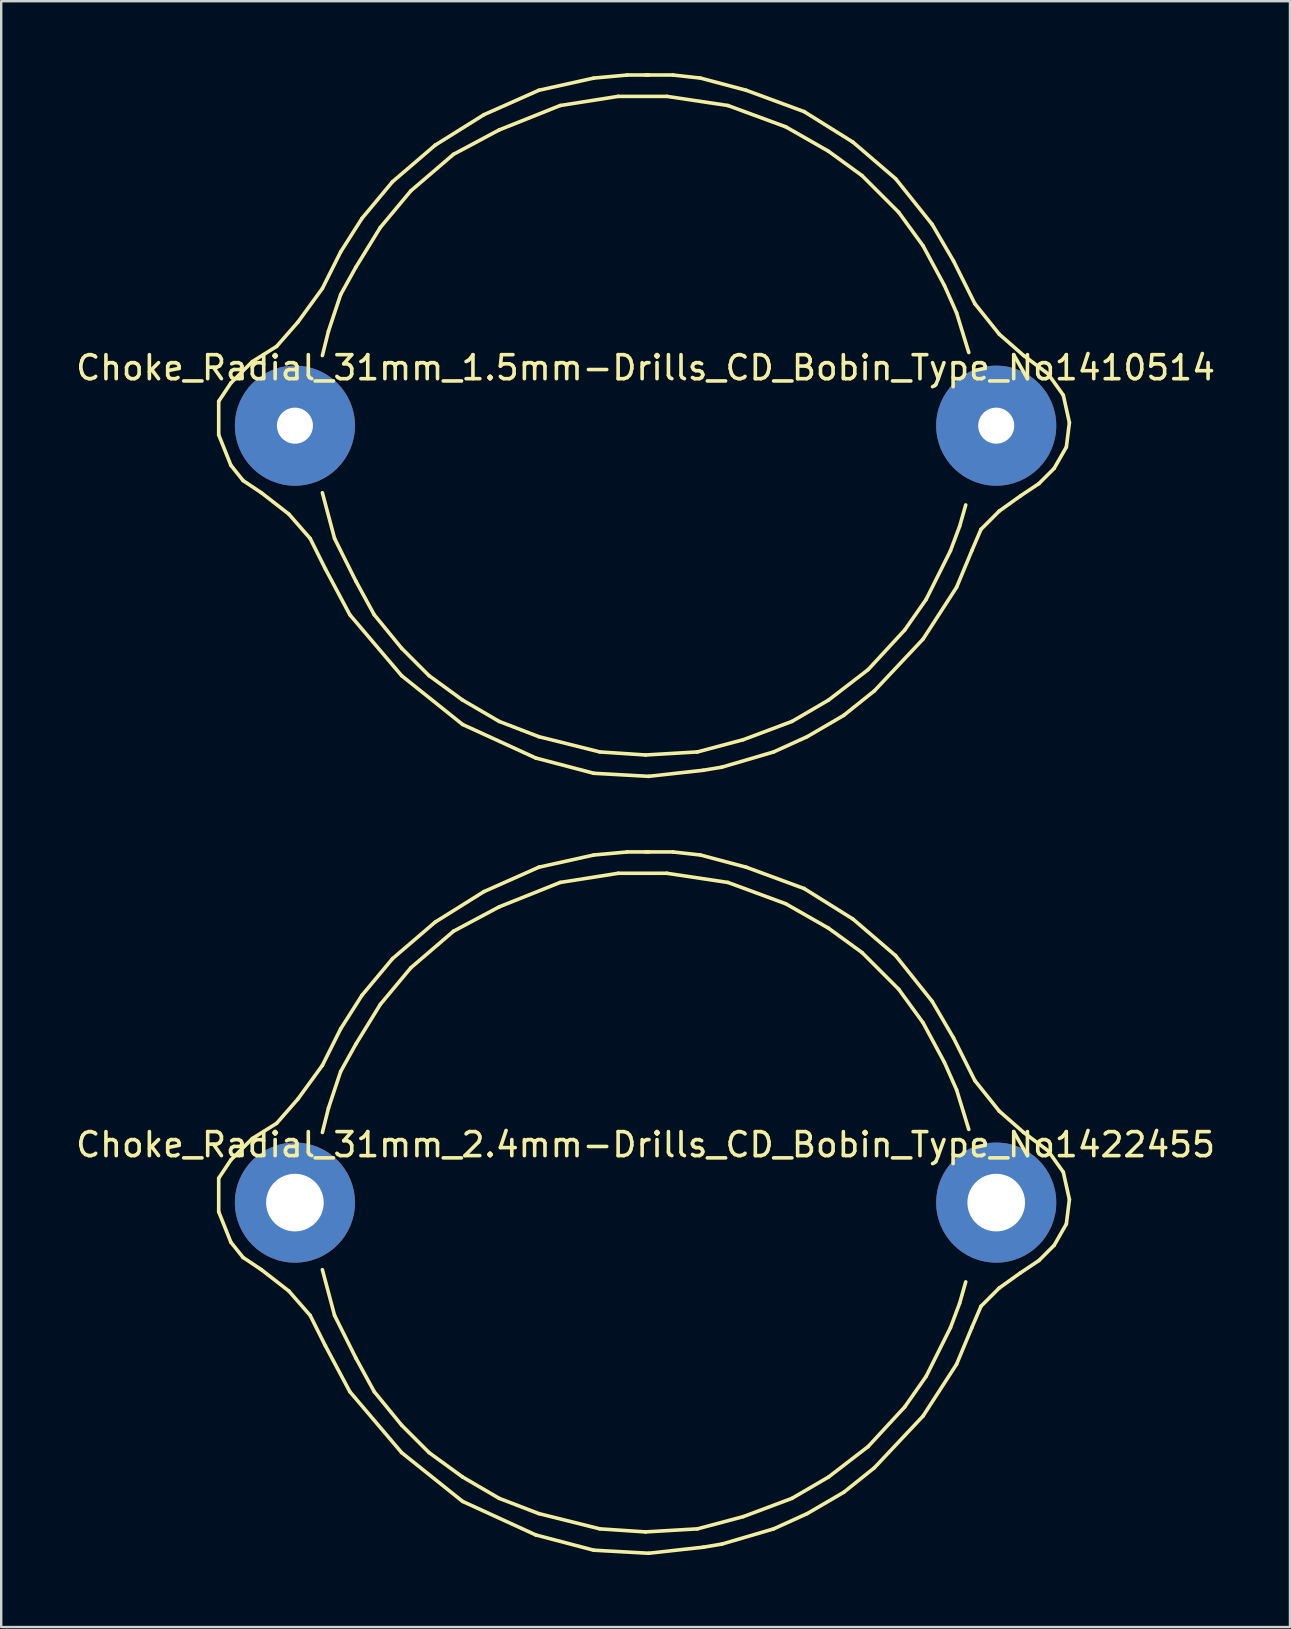
<source format=kicad_pcb>
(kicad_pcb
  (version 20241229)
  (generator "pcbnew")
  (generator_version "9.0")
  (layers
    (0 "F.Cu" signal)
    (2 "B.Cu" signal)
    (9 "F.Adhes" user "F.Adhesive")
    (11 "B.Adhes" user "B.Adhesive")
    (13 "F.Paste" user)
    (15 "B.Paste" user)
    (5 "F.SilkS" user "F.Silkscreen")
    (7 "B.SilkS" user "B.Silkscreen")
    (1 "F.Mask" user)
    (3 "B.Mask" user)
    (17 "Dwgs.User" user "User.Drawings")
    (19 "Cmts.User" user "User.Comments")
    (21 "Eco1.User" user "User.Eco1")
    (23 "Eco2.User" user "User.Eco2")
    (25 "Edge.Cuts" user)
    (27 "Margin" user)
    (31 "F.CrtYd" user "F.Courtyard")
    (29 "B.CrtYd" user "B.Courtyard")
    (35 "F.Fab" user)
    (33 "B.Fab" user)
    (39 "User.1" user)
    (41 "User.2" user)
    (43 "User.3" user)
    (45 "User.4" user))
  (footprint "Choke_Radial_31mm_2.4mm-Drills_CD_Bobin_Type_No1422455"
    (layer "F.Cu")
    (at 23.839 47.04)
    (property "Reference" "Choke_Radial_31mm_2.4mm-Drills_CD_Bobin_Type_No1422455" (at 0 -2.413 0) (layer "F.SilkS") (effects (font (size 1 1) (thickness 0.15))))
    (attr through_hole)
    (fp_line (start -17.78 -1.016) (end -17.272 -1.778) (stroke (width 0.15) (type solid)) (layer "F.SilkS"))
    (fp_line (start -17.78 0.381) (end -17.78 -1.016) (stroke (width 0.15) (type solid)) (layer "F.SilkS"))
    (fp_line (start -17.272 -1.778) (end -16.383 -2.667) (stroke (width 0.15) (type solid)) (layer "F.SilkS"))
    (fp_line (start -17.272 1.651) (end -17.78 0.381) (stroke (width 0.15) (type solid)) (layer "F.SilkS"))
    (fp_line (start -16.764 2.286) (end -17.272 1.651) (stroke (width 0.15) (type solid)) (layer "F.SilkS"))
    (fp_line (start -16.383 -2.667) (end -15.367 -3.302) (stroke (width 0.15) (type solid)) (layer "F.SilkS"))
    (fp_line (start -16.002 2.794) (end -16.764 2.286) (stroke (width 0.15) (type solid)) (layer "F.SilkS"))
    (fp_line (start -15.367 -3.302) (end -14.478 -4.318) (stroke (width 0.15) (type solid)) (layer "F.SilkS"))
    (fp_line (start -14.859 3.683) (end -16.002 2.794) (stroke (width 0.15) (type solid)) (layer "F.SilkS"))
    (fp_line (start -14.478 -4.318) (end -13.462 -5.715) (stroke (width 0.15) (type solid)) (layer "F.SilkS"))
    (fp_line (start -13.97 4.699) (end -14.859 3.683) (stroke (width 0.15) (type solid)) (layer "F.SilkS"))
    (fp_line (start -13.462 -5.715) (end -12.7 -7.239) (stroke (width 0.15) (type solid)) (layer "F.SilkS"))
    (fp_line (start -13.462 -2.921) (end -13.208 -3.937) (stroke (width 0.15) (type solid)) (layer "F.SilkS"))
    (fp_line (start -13.335 5.969) (end -13.97 4.699) (stroke (width 0.15) (type solid)) (layer "F.SilkS"))
    (fp_line (start -13.208 -3.937) (end -12.7 -5.461) (stroke (width 0.15) (type solid)) (layer "F.SilkS"))
    (fp_line (start -12.954 4.699) (end -13.462 2.794) (stroke (width 0.15) (type solid)) (layer "F.SilkS"))
    (fp_line (start -12.7 -7.239) (end -11.811 -8.636) (stroke (width 0.15) (type solid)) (layer "F.SilkS"))
    (fp_line (start -12.7 -5.461) (end -12.065 -6.604) (stroke (width 0.15) (type solid)) (layer "F.SilkS"))
    (fp_line (start -12.319 7.874) (end -13.335 5.969) (stroke (width 0.15) (type solid)) (layer "F.SilkS"))
    (fp_line (start -12.065 -6.604) (end -11.049 -8.255) (stroke (width 0.15) (type solid)) (layer "F.SilkS"))
    (fp_line (start -12.065 6.477) (end -12.954 4.699) (stroke (width 0.15) (type solid)) (layer "F.SilkS"))
    (fp_line (start -11.811 -8.636) (end -10.541 -10.16) (stroke (width 0.15) (type solid)) (layer "F.SilkS"))
    (fp_line (start -11.303 7.874) (end -12.065 6.477) (stroke (width 0.15) (type solid)) (layer "F.SilkS"))
    (fp_line (start -11.049 -8.255) (end -9.779 -9.779) (stroke (width 0.15) (type solid)) (layer "F.SilkS"))
    (fp_line (start -10.541 -10.16) (end -8.763 -11.684) (stroke (width 0.15) (type solid)) (layer "F.SilkS"))
    (fp_line (start -10.16 9.271) (end -11.303 7.874) (stroke (width 0.15) (type solid)) (layer "F.SilkS"))
    (fp_line (start -10.16 10.414) (end -12.319 7.874) (stroke (width 0.15) (type solid)) (layer "F.SilkS"))
    (fp_line (start -9.779 -9.779) (end -8.001 -11.303) (stroke (width 0.15) (type solid)) (layer "F.SilkS"))
    (fp_line (start -9.017 10.414) (end -10.16 9.271) (stroke (width 0.15) (type solid)) (layer "F.SilkS"))
    (fp_line (start -8.763 -11.684) (end -6.731 -12.954) (stroke (width 0.15) (type solid)) (layer "F.SilkS"))
    (fp_line (start -8.001 -11.303) (end -6.096 -12.319) (stroke (width 0.15) (type solid)) (layer "F.SilkS"))
    (fp_line (start -7.62 11.43) (end -9.017 10.414) (stroke (width 0.15) (type solid)) (layer "F.SilkS"))
    (fp_line (start -7.62 12.446) (end -10.16 10.414) (stroke (width 0.15) (type solid)) (layer "F.SilkS"))
    (fp_line (start -6.731 -12.954) (end -4.445 -13.97) (stroke (width 0.15) (type solid)) (layer "F.SilkS"))
    (fp_line (start -6.096 -12.319) (end -3.556 -13.335) (stroke (width 0.15) (type solid)) (layer "F.SilkS"))
    (fp_line (start -6.096 12.319) (end -7.62 11.43) (stroke (width 0.15) (type solid)) (layer "F.SilkS"))
    (fp_line (start -4.572 13.843) (end -7.62 12.446) (stroke (width 0.15) (type solid)) (layer "F.SilkS"))
    (fp_line (start -4.445 -13.97) (end -2.159 -14.478) (stroke (width 0.15) (type solid)) (layer "F.SilkS"))
    (fp_line (start -4.445 12.954) (end -6.096 12.319) (stroke (width 0.15) (type solid)) (layer "F.SilkS"))
    (fp_line (start -3.556 -13.335) (end -1.143 -13.716) (stroke (width 0.15) (type solid)) (layer "F.SilkS"))
    (fp_line (start -2.159 -14.478) (end -0.762 -14.605) (stroke (width 0.15) (type solid)) (layer "F.SilkS"))
    (fp_line (start -2.159 14.478) (end -4.572 13.843) (stroke (width 0.15) (type solid)) (layer "F.SilkS"))
    (fp_line (start -1.905 13.589) (end -4.445 12.954) (stroke (width 0.15) (type solid)) (layer "F.SilkS"))
    (fp_line (start -1.143 -13.716) (end 0.889 -13.716) (stroke (width 0.15) (type solid)) (layer "F.SilkS"))
    (fp_line (start -0.762 -14.605) (end 0.127 -14.605) (stroke (width 0.15) (type solid)) (layer "F.SilkS"))
    (fp_line (start 0 -14.605) (end 1.143 -14.605) (stroke (width 0.15) (type solid)) (layer "F.SilkS"))
    (fp_line (start 0 13.716) (end -1.905 13.589) (stroke (width 0.15) (type solid)) (layer "F.SilkS"))
    (fp_line (start 0.127 14.605) (end -2.159 14.478) (stroke (width 0.15) (type solid)) (layer "F.SilkS"))
    (fp_line (start 0.889 -13.716) (end 3.429 -13.335) (stroke (width 0.15) (type solid)) (layer "F.SilkS"))
    (fp_line (start 1.143 -14.605) (end 2.286 -14.478) (stroke (width 0.15) (type solid)) (layer "F.SilkS"))
    (fp_line (start 2.159 13.589) (end 0 13.716) (stroke (width 0.15) (type solid)) (layer "F.SilkS"))
    (fp_line (start 2.286 -14.478) (end 4.191 -13.97) (stroke (width 0.15) (type solid)) (layer "F.SilkS"))
    (fp_line (start 2.413 14.351) (end 0.127 14.605) (stroke (width 0.15) (type solid)) (layer "F.SilkS"))
    (fp_line (start 3.175 14.224) (end 2.413 14.351) (stroke (width 0.15) (type solid)) (layer "F.SilkS"))
    (fp_line (start 3.429 -13.335) (end 5.842 -12.446) (stroke (width 0.15) (type solid)) (layer "F.SilkS"))
    (fp_line (start 4.064 13.081) (end 2.159 13.589) (stroke (width 0.15) (type solid)) (layer "F.SilkS"))
    (fp_line (start 4.191 -13.97) (end 6.604 -13.081) (stroke (width 0.15) (type solid)) (layer "F.SilkS"))
    (fp_line (start 5.334 13.589) (end 3.175 14.224) (stroke (width 0.15) (type solid)) (layer "F.SilkS"))
    (fp_line (start 5.842 -12.446) (end 7.62 -11.43) (stroke (width 0.15) (type solid)) (layer "F.SilkS"))
    (fp_line (start 6.096 12.319) (end 4.064 13.081) (stroke (width 0.15) (type solid)) (layer "F.SilkS"))
    (fp_line (start 6.604 -13.081) (end 8.636 -11.811) (stroke (width 0.15) (type solid)) (layer "F.SilkS"))
    (fp_line (start 6.731 12.954) (end 5.334 13.589) (stroke (width 0.15) (type solid)) (layer "F.SilkS"))
    (fp_line (start 7.62 -11.43) (end 9.017 -10.414) (stroke (width 0.15) (type solid)) (layer "F.SilkS"))
    (fp_line (start 7.62 11.43) (end 6.096 12.319) (stroke (width 0.15) (type solid)) (layer "F.SilkS"))
    (fp_line (start 8.255 12.065) (end 6.731 12.954) (stroke (width 0.15) (type solid)) (layer "F.SilkS"))
    (fp_line (start 8.636 -11.811) (end 10.414 -10.287) (stroke (width 0.15) (type solid)) (layer "F.SilkS"))
    (fp_line (start 9.017 -10.414) (end 10.541 -8.89) (stroke (width 0.15) (type solid)) (layer "F.SilkS"))
    (fp_line (start 9.271 10.16) (end 7.62 11.43) (stroke (width 0.15) (type solid)) (layer "F.SilkS"))
    (fp_line (start 9.525 11.049) (end 8.255 12.065) (stroke (width 0.15) (type solid)) (layer "F.SilkS"))
    (fp_line (start 10.414 -10.287) (end 11.938 -8.382) (stroke (width 0.15) (type solid)) (layer "F.SilkS"))
    (fp_line (start 10.541 -8.89) (end 11.557 -7.493) (stroke (width 0.15) (type solid)) (layer "F.SilkS"))
    (fp_line (start 10.795 8.509) (end 9.271 10.16) (stroke (width 0.15) (type solid)) (layer "F.SilkS"))
    (fp_line (start 11.557 -7.493) (end 12.446 -5.842) (stroke (width 0.15) (type solid)) (layer "F.SilkS"))
    (fp_line (start 11.557 8.89) (end 9.525 11.049) (stroke (width 0.15) (type solid)) (layer "F.SilkS"))
    (fp_line (start 11.684 7.239) (end 10.795 8.509) (stroke (width 0.15) (type solid)) (layer "F.SilkS"))
    (fp_line (start 11.938 -8.382) (end 12.827 -6.858) (stroke (width 0.15) (type solid)) (layer "F.SilkS"))
    (fp_line (start 12.446 -5.842) (end 12.954 -4.699) (stroke (width 0.15) (type solid)) (layer "F.SilkS"))
    (fp_line (start 12.7 5.207) (end 11.684 7.239) (stroke (width 0.15) (type solid)) (layer "F.SilkS"))
    (fp_line (start 12.827 -6.858) (end 13.716 -5.08) (stroke (width 0.15) (type solid)) (layer "F.SilkS"))
    (fp_line (start 12.954 -4.699) (end 13.462 -3.048) (stroke (width 0.15) (type solid)) (layer "F.SilkS"))
    (fp_line (start 12.954 6.731) (end 11.557 8.89) (stroke (width 0.15) (type solid)) (layer "F.SilkS"))
    (fp_line (start 13.081 4.191) (end 12.7 5.207) (stroke (width 0.15) (type solid)) (layer "F.SilkS"))
    (fp_line (start 13.335 3.302) (end 13.081 4.191) (stroke (width 0.15) (type solid)) (layer "F.SilkS"))
    (fp_line (start 13.589 5.207) (end 12.954 6.731) (stroke (width 0.15) (type solid)) (layer "F.SilkS"))
    (fp_line (start 13.716 -5.08) (end 14.732 -3.81) (stroke (width 0.15) (type solid)) (layer "F.SilkS"))
    (fp_line (start 13.97 4.318) (end 13.589 5.207) (stroke (width 0.15) (type solid)) (layer "F.SilkS"))
    (fp_line (start 14.732 -3.81) (end 15.748 -2.921) (stroke (width 0.15) (type solid)) (layer "F.SilkS"))
    (fp_line (start 14.732 3.556) (end 13.97 4.318) (stroke (width 0.15) (type solid)) (layer "F.SilkS"))
    (fp_line (start 15.621 2.921) (end 14.732 3.556) (stroke (width 0.15) (type solid)) (layer "F.SilkS"))
    (fp_line (start 15.748 -2.921) (end 16.764 -2.159) (stroke (width 0.15) (type solid)) (layer "F.SilkS"))
    (fp_line (start 16.383 2.413) (end 15.621 2.921) (stroke (width 0.15) (type solid)) (layer "F.SilkS"))
    (fp_line (start 16.764 -2.159) (end 17.399 -1.27) (stroke (width 0.15) (type solid)) (layer "F.SilkS"))
    (fp_line (start 17.018 1.778) (end 16.383 2.413) (stroke (width 0.15) (type solid)) (layer "F.SilkS"))
    (fp_line (start 17.399 -1.27) (end 17.653 -0.127) (stroke (width 0.15) (type solid)) (layer "F.SilkS"))
    (fp_line (start 17.526 0.889) (end 17.018 1.778) (stroke (width 0.15) (type solid)) (layer "F.SilkS"))
    (fp_line (start 17.653 -0.127) (end 17.526 0.889) (stroke (width 0.15) (type solid)) (layer "F.SilkS"))
    (pad "1" thru_hole circle (at 14.605 0) (size 5.001 5.001) (drill 2.4) (layers "*.Cu" "*.Mask"))
    (pad "2" thru_hole circle (at -14.605 0) (size 5.001 5.001) (drill 2.4) (layers "*.Cu" "*.Mask")))
  (footprint "Choke_Radial_31mm_1.5mm-Drills_CD_Bobin_Type_No1410514"
    (layer "F.Cu")
    (at 23.839 14.68)
    (property "Reference" "Choke_Radial_31mm_1.5mm-Drills_CD_Bobin_Type_No1410514" (at 0 -2.413 0) (layer "F.SilkS") (effects (font (size 1 1) (thickness 0.15))))
    (attr through_hole)
    (fp_line (start -17.78 -1.016) (end -17.272 -1.778) (stroke (width 0.15) (type solid)) (layer "F.SilkS"))
    (fp_line (start -17.78 0.381) (end -17.78 -1.016) (stroke (width 0.15) (type solid)) (layer "F.SilkS"))
    (fp_line (start -17.272 -1.778) (end -16.383 -2.667) (stroke (width 0.15) (type solid)) (layer "F.SilkS"))
    (fp_line (start -17.272 1.651) (end -17.78 0.381) (stroke (width 0.15) (type solid)) (layer "F.SilkS"))
    (fp_line (start -16.764 2.286) (end -17.272 1.651) (stroke (width 0.15) (type solid)) (layer "F.SilkS"))
    (fp_line (start -16.383 -2.667) (end -15.367 -3.302) (stroke (width 0.15) (type solid)) (layer "F.SilkS"))
    (fp_line (start -16.002 2.794) (end -16.764 2.286) (stroke (width 0.15) (type solid)) (layer "F.SilkS"))
    (fp_line (start -15.367 -3.302) (end -14.478 -4.318) (stroke (width 0.15) (type solid)) (layer "F.SilkS"))
    (fp_line (start -14.859 3.683) (end -16.002 2.794) (stroke (width 0.15) (type solid)) (layer "F.SilkS"))
    (fp_line (start -14.478 -4.318) (end -13.462 -5.715) (stroke (width 0.15) (type solid)) (layer "F.SilkS"))
    (fp_line (start -13.97 4.699) (end -14.859 3.683) (stroke (width 0.15) (type solid)) (layer "F.SilkS"))
    (fp_line (start -13.462 -5.715) (end -12.7 -7.239) (stroke (width 0.15) (type solid)) (layer "F.SilkS"))
    (fp_line (start -13.462 -2.921) (end -13.208 -3.937) (stroke (width 0.15) (type solid)) (layer "F.SilkS"))
    (fp_line (start -13.335 5.969) (end -13.97 4.699) (stroke (width 0.15) (type solid)) (layer "F.SilkS"))
    (fp_line (start -13.208 -3.937) (end -12.7 -5.461) (stroke (width 0.15) (type solid)) (layer "F.SilkS"))
    (fp_line (start -12.954 4.699) (end -13.462 2.794) (stroke (width 0.15) (type solid)) (layer "F.SilkS"))
    (fp_line (start -12.7 -7.239) (end -11.811 -8.636) (stroke (width 0.15) (type solid)) (layer "F.SilkS"))
    (fp_line (start -12.7 -5.461) (end -12.065 -6.604) (stroke (width 0.15) (type solid)) (layer "F.SilkS"))
    (fp_line (start -12.319 7.874) (end -13.335 5.969) (stroke (width 0.15) (type solid)) (layer "F.SilkS"))
    (fp_line (start -12.065 -6.604) (end -11.049 -8.255) (stroke (width 0.15) (type solid)) (layer "F.SilkS"))
    (fp_line (start -12.065 6.477) (end -12.954 4.699) (stroke (width 0.15) (type solid)) (layer "F.SilkS"))
    (fp_line (start -11.811 -8.636) (end -10.541 -10.16) (stroke (width 0.15) (type solid)) (layer "F.SilkS"))
    (fp_line (start -11.303 7.874) (end -12.065 6.477) (stroke (width 0.15) (type solid)) (layer "F.SilkS"))
    (fp_line (start -11.049 -8.255) (end -9.779 -9.779) (stroke (width 0.15) (type solid)) (layer "F.SilkS"))
    (fp_line (start -10.541 -10.16) (end -8.763 -11.684) (stroke (width 0.15) (type solid)) (layer "F.SilkS"))
    (fp_line (start -10.16 9.271) (end -11.303 7.874) (stroke (width 0.15) (type solid)) (layer "F.SilkS"))
    (fp_line (start -10.16 10.414) (end -12.319 7.874) (stroke (width 0.15) (type solid)) (layer "F.SilkS"))
    (fp_line (start -9.779 -9.779) (end -8.001 -11.303) (stroke (width 0.15) (type solid)) (layer "F.SilkS"))
    (fp_line (start -9.017 10.414) (end -10.16 9.271) (stroke (width 0.15) (type solid)) (layer "F.SilkS"))
    (fp_line (start -8.763 -11.684) (end -6.731 -12.954) (stroke (width 0.15) (type solid)) (layer "F.SilkS"))
    (fp_line (start -8.001 -11.303) (end -6.096 -12.319) (stroke (width 0.15) (type solid)) (layer "F.SilkS"))
    (fp_line (start -7.62 11.43) (end -9.017 10.414) (stroke (width 0.15) (type solid)) (layer "F.SilkS"))
    (fp_line (start -7.62 12.446) (end -10.16 10.414) (stroke (width 0.15) (type solid)) (layer "F.SilkS"))
    (fp_line (start -6.731 -12.954) (end -4.445 -13.97) (stroke (width 0.15) (type solid)) (layer "F.SilkS"))
    (fp_line (start -6.096 -12.319) (end -3.556 -13.335) (stroke (width 0.15) (type solid)) (layer "F.SilkS"))
    (fp_line (start -6.096 12.319) (end -7.62 11.43) (stroke (width 0.15) (type solid)) (layer "F.SilkS"))
    (fp_line (start -4.572 13.843) (end -7.62 12.446) (stroke (width 0.15) (type solid)) (layer "F.SilkS"))
    (fp_line (start -4.445 -13.97) (end -2.159 -14.478) (stroke (width 0.15) (type solid)) (layer "F.SilkS"))
    (fp_line (start -4.445 12.954) (end -6.096 12.319) (stroke (width 0.15) (type solid)) (layer "F.SilkS"))
    (fp_line (start -3.556 -13.335) (end -1.143 -13.716) (stroke (width 0.15) (type solid)) (layer "F.SilkS"))
    (fp_line (start -2.159 -14.478) (end -0.762 -14.605) (stroke (width 0.15) (type solid)) (layer "F.SilkS"))
    (fp_line (start -2.159 14.478) (end -4.572 13.843) (stroke (width 0.15) (type solid)) (layer "F.SilkS"))
    (fp_line (start -1.905 13.589) (end -4.445 12.954) (stroke (width 0.15) (type solid)) (layer "F.SilkS"))
    (fp_line (start -1.143 -13.716) (end 0.889 -13.716) (stroke (width 0.15) (type solid)) (layer "F.SilkS"))
    (fp_line (start -0.762 -14.605) (end 0.127 -14.605) (stroke (width 0.15) (type solid)) (layer "F.SilkS"))
    (fp_line (start 0 -14.605) (end 1.143 -14.605) (stroke (width 0.15) (type solid)) (layer "F.SilkS"))
    (fp_line (start 0 13.716) (end -1.905 13.589) (stroke (width 0.15) (type solid)) (layer "F.SilkS"))
    (fp_line (start 0.127 14.605) (end -2.159 14.478) (stroke (width 0.15) (type solid)) (layer "F.SilkS"))
    (fp_line (start 0.889 -13.716) (end 3.429 -13.335) (stroke (width 0.15) (type solid)) (layer "F.SilkS"))
    (fp_line (start 1.143 -14.605) (end 2.286 -14.478) (stroke (width 0.15) (type solid)) (layer "F.SilkS"))
    (fp_line (start 2.159 13.589) (end 0 13.716) (stroke (width 0.15) (type solid)) (layer "F.SilkS"))
    (fp_line (start 2.286 -14.478) (end 4.191 -13.97) (stroke (width 0.15) (type solid)) (layer "F.SilkS"))
    (fp_line (start 2.413 14.351) (end 0.127 14.605) (stroke (width 0.15) (type solid)) (layer "F.SilkS"))
    (fp_line (start 3.175 14.224) (end 2.413 14.351) (stroke (width 0.15) (type solid)) (layer "F.SilkS"))
    (fp_line (start 3.429 -13.335) (end 5.842 -12.446) (stroke (width 0.15) (type solid)) (layer "F.SilkS"))
    (fp_line (start 4.064 13.081) (end 2.159 13.589) (stroke (width 0.15) (type solid)) (layer "F.SilkS"))
    (fp_line (start 4.191 -13.97) (end 6.604 -13.081) (stroke (width 0.15) (type solid)) (layer "F.SilkS"))
    (fp_line (start 5.334 13.589) (end 3.175 14.224) (stroke (width 0.15) (type solid)) (layer "F.SilkS"))
    (fp_line (start 5.842 -12.446) (end 7.62 -11.43) (stroke (width 0.15) (type solid)) (layer "F.SilkS"))
    (fp_line (start 6.096 12.319) (end 4.064 13.081) (stroke (width 0.15) (type solid)) (layer "F.SilkS"))
    (fp_line (start 6.604 -13.081) (end 8.636 -11.811) (stroke (width 0.15) (type solid)) (layer "F.SilkS"))
    (fp_line (start 6.731 12.954) (end 5.334 13.589) (stroke (width 0.15) (type solid)) (layer "F.SilkS"))
    (fp_line (start 7.62 -11.43) (end 9.017 -10.414) (stroke (width 0.15) (type solid)) (layer "F.SilkS"))
    (fp_line (start 7.62 11.43) (end 6.096 12.319) (stroke (width 0.15) (type solid)) (layer "F.SilkS"))
    (fp_line (start 8.255 12.065) (end 6.731 12.954) (stroke (width 0.15) (type solid)) (layer "F.SilkS"))
    (fp_line (start 8.636 -11.811) (end 10.414 -10.287) (stroke (width 0.15) (type solid)) (layer "F.SilkS"))
    (fp_line (start 9.017 -10.414) (end 10.541 -8.89) (stroke (width 0.15) (type solid)) (layer "F.SilkS"))
    (fp_line (start 9.271 10.16) (end 7.62 11.43) (stroke (width 0.15) (type solid)) (layer "F.SilkS"))
    (fp_line (start 9.525 11.049) (end 8.255 12.065) (stroke (width 0.15) (type solid)) (layer "F.SilkS"))
    (fp_line (start 10.414 -10.287) (end 11.938 -8.382) (stroke (width 0.15) (type solid)) (layer "F.SilkS"))
    (fp_line (start 10.541 -8.89) (end 11.557 -7.493) (stroke (width 0.15) (type solid)) (layer "F.SilkS"))
    (fp_line (start 10.795 8.509) (end 9.271 10.16) (stroke (width 0.15) (type solid)) (layer "F.SilkS"))
    (fp_line (start 11.557 -7.493) (end 12.446 -5.842) (stroke (width 0.15) (type solid)) (layer "F.SilkS"))
    (fp_line (start 11.557 8.89) (end 9.525 11.049) (stroke (width 0.15) (type solid)) (layer "F.SilkS"))
    (fp_line (start 11.684 7.239) (end 10.795 8.509) (stroke (width 0.15) (type solid)) (layer "F.SilkS"))
    (fp_line (start 11.938 -8.382) (end 12.827 -6.858) (stroke (width 0.15) (type solid)) (layer "F.SilkS"))
    (fp_line (start 12.446 -5.842) (end 12.954 -4.699) (stroke (width 0.15) (type solid)) (layer "F.SilkS"))
    (fp_line (start 12.7 5.207) (end 11.684 7.239) (stroke (width 0.15) (type solid)) (layer "F.SilkS"))
    (fp_line (start 12.827 -6.858) (end 13.716 -5.08) (stroke (width 0.15) (type solid)) (layer "F.SilkS"))
    (fp_line (start 12.954 -4.699) (end 13.462 -3.048) (stroke (width 0.15) (type solid)) (layer "F.SilkS"))
    (fp_line (start 12.954 6.731) (end 11.557 8.89) (stroke (width 0.15) (type solid)) (layer "F.SilkS"))
    (fp_line (start 13.081 4.191) (end 12.7 5.207) (stroke (width 0.15) (type solid)) (layer "F.SilkS"))
    (fp_line (start 13.335 3.302) (end 13.081 4.191) (stroke (width 0.15) (type solid)) (layer "F.SilkS"))
    (fp_line (start 13.589 5.207) (end 12.954 6.731) (stroke (width 0.15) (type solid)) (layer "F.SilkS"))
    (fp_line (start 13.716 -5.08) (end 14.732 -3.81) (stroke (width 0.15) (type solid)) (layer "F.SilkS"))
    (fp_line (start 13.97 4.318) (end 13.589 5.207) (stroke (width 0.15) (type solid)) (layer "F.SilkS"))
    (fp_line (start 14.732 -3.81) (end 15.748 -2.921) (stroke (width 0.15) (type solid)) (layer "F.SilkS"))
    (fp_line (start 14.732 3.556) (end 13.97 4.318) (stroke (width 0.15) (type solid)) (layer "F.SilkS"))
    (fp_line (start 15.621 2.921) (end 14.732 3.556) (stroke (width 0.15) (type solid)) (layer "F.SilkS"))
    (fp_line (start 15.748 -2.921) (end 16.764 -2.159) (stroke (width 0.15) (type solid)) (layer "F.SilkS"))
    (fp_line (start 16.383 2.413) (end 15.621 2.921) (stroke (width 0.15) (type solid)) (layer "F.SilkS"))
    (fp_line (start 16.764 -2.159) (end 17.399 -1.27) (stroke (width 0.15) (type solid)) (layer "F.SilkS"))
    (fp_line (start 17.018 1.778) (end 16.383 2.413) (stroke (width 0.15) (type solid)) (layer "F.SilkS"))
    (fp_line (start 17.399 -1.27) (end 17.653 -0.127) (stroke (width 0.15) (type solid)) (layer "F.SilkS"))
    (fp_line (start 17.526 0.889) (end 17.018 1.778) (stroke (width 0.15) (type solid)) (layer "F.SilkS"))
    (fp_line (start 17.653 -0.127) (end 17.526 0.889) (stroke (width 0.15) (type solid)) (layer "F.SilkS"))
    (pad "1" thru_hole circle (at 14.605 0) (size 5.001 5.001) (drill 1.501) (layers "*.Cu" "*.Mask"))
    (pad "2" thru_hole circle (at -14.605 0) (size 5.001 5.001) (drill 1.501) (layers "*.Cu" "*.Mask")))
  (gr_rect
    (start -3 -3)
    (end 50.679 64.72)
    (stroke (width 0.1) (type default))
    (fill no)
    (layer "Edge.Cuts")))
</source>
